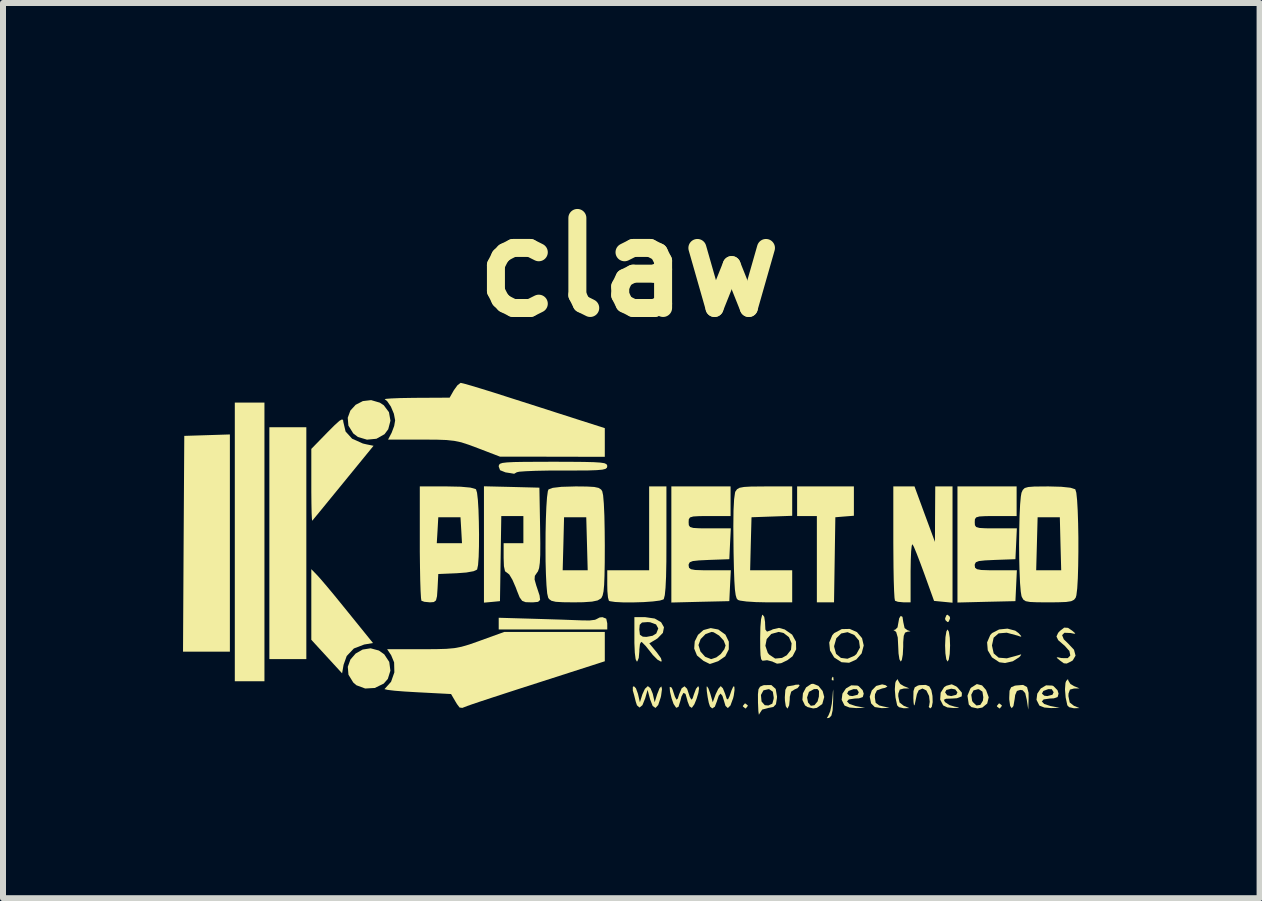
<source format=kicad_pcb>
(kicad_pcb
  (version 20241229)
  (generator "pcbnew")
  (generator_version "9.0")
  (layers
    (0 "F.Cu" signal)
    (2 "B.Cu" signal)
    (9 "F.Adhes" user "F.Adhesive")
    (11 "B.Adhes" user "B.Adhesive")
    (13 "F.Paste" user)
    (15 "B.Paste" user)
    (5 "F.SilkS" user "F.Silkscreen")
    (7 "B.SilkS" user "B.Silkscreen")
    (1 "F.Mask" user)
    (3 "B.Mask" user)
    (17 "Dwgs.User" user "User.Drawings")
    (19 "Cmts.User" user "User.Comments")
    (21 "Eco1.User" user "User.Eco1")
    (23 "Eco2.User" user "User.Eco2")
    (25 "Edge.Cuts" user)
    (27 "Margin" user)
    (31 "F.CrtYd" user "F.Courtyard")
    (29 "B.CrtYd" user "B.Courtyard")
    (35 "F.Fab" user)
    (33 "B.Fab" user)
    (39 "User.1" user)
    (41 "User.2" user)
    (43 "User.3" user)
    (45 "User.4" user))
  (footprint "claw"
    (layer "F.Cu")
    (at 7.419 6.084)
    (property "Reference" "claw" (at 0.01 -4.68 0) (layer "F.SilkS") (effects (font (size 1.5 1.5) (thickness 0.3))))
    (attr board_only exclude_from_pos_files exclude_from_bom)
    (fp_poly (pts (xy 3.418 2.151) (xy 3.423 2.2) (xy 3.418 2.206) (xy 3.394 2.2) (xy 3.391 2.178) (xy 3.406 2.144)) (stroke (width 0) (type solid)) (fill yes) (layer "F.SilkS"))
    (fp_poly (pts (xy -6.638 -0.084) (xy -6.638 1.726) (xy -7.029 1.726) (xy -7.419 1.726) (xy -7.409 -0.072) (xy -7.398 -1.87) (xy -7.018 -1.882) (xy -6.638 -1.894)) (stroke (width 0) (type solid)) (fill yes) (layer "F.SilkS"))
    (fp_poly (pts (xy -6.062 -0.103) (xy -6.062 2.219) (xy -6.309 2.219) (xy -6.556 2.219) (xy -6.556 -0.103) (xy -6.556 -2.425) (xy -6.309 -2.425) (xy -6.062 -2.425)) (stroke (width 0) (type solid)) (fill yes) (layer "F.SilkS"))
    (fp_poly (pts (xy -5.364 -0.082) (xy -5.364 1.85) (xy -5.672 1.85) (xy -5.98 1.85) (xy -5.98 -0.082) (xy -5.98 -2.014) (xy -5.672 -2.014) (xy -5.364 -2.014)) (stroke (width 0) (type solid)) (fill yes) (layer "F.SilkS"))
    (fp_poly (pts (xy 1.992 2.621) (xy 1.993 2.63) (xy 1.962 2.67) (xy 1.952 2.672) (xy 1.912 2.64) (xy 1.911 2.63) (xy 1.942 2.591) (xy 1.952 2.589)) (stroke (width 0) (type solid)) (fill yes) (layer "F.SilkS"))
    (fp_poly (pts (xy 5.359 1.143) (xy 5.364 1.171) (xy 5.341 1.226) (xy 5.322 1.233) (xy 5.286 1.2) (xy 5.281 1.171) (xy 5.304 1.117) (xy 5.322 1.11)) (stroke (width 0) (type solid)) (fill yes) (layer "F.SilkS"))
    (fp_poly (pts (xy 6.226 2.621) (xy 6.227 2.63) (xy 6.195 2.67) (xy 6.186 2.672) (xy 6.146 2.64) (xy 6.144 2.63) (xy 6.176 2.591) (xy 6.186 2.589)) (stroke (width 0) (type solid)) (fill yes) (layer "F.SilkS"))
    (fp_poly (pts (xy 5.344 1.394) (xy 5.359 1.494) (xy 5.364 1.623) (xy 5.358 1.763) (xy 5.342 1.859) (xy 5.322 1.891) (xy 5.301 1.853) (xy 5.286 1.753) (xy 5.281 1.623) (xy 5.287 1.484) (xy 5.303 1.388) (xy 5.322 1.356)) (stroke (width 0) (type solid)) (fill yes) (layer "F.SilkS"))
    (fp_poly (pts (xy 3.417 2.393) (xy 3.416 2.511) (xy 3.415 2.545) (xy 3.407 2.702) (xy 3.386 2.792) (xy 3.35 2.829) (xy 3.31 2.834) (xy 3.334 2.793) (xy 3.337 2.79) (xy 3.367 2.717) (xy 3.393 2.595) (xy 3.402 2.506) (xy 3.411 2.393) (xy 3.416 2.355)) (stroke (width 0) (type solid)) (fill yes) (layer "F.SilkS"))
    (fp_poly (pts (xy -5.182 0.453) (xy -5.122 0.52) (xy -5.022 0.637) (xy -4.894 0.791) (xy -4.75 0.968) (xy -4.668 1.069) (xy -4.253 1.582) (xy -4.4 1.607) (xy -4.572 1.673) (xy -4.691 1.798) (xy -4.743 1.944) (xy -4.768 2.087) (xy -5.025 1.807) (xy -5.281 1.528) (xy -5.281 0.94) (xy -5.281 0.351)) (stroke (width 0) (type solid)) (fill yes) (layer "F.SilkS"))
    (fp_poly (pts (xy -4.155 1.707) (xy -4.066 1.77) (xy -3.982 1.897) (xy -3.963 2.043) (xy -4.006 2.18) (xy -4.074 2.258) (xy -4.223 2.331) (xy -4.383 2.34) (xy -4.529 2.286) (xy -4.582 2.24) (xy -4.662 2.11) (xy -4.673 1.978) (xy -4.629 1.857) (xy -4.542 1.757) (xy -4.426 1.691) (xy -4.293 1.67)) (stroke (width 0) (type solid)) (fill yes) (layer "F.SilkS"))
    (fp_poly (pts (xy -4.14 -2.424) (xy -4.074 -2.381) (xy -3.987 -2.265) (xy -3.962 -2.123) (xy -3.999 -1.981) (xy -4.061 -1.898) (xy -4.196 -1.822) (xy -4.353 -1.807) (xy -4.503 -1.851) (xy -4.582 -1.911) (xy -4.663 -2.042) (xy -4.674 -2.172) (xy -4.63 -2.292) (xy -4.542 -2.388) (xy -4.422 -2.45) (xy -4.284 -2.466)) (stroke (width 0) (type solid)) (fill yes) (layer "F.SilkS"))
    (fp_poly (pts (xy 3.761 -0.783) (xy 3.761 -0.539) (xy 3.607 -0.527) (xy 3.452 -0.514) (xy 3.441 0.195) (xy 3.43 0.904) (xy 3.287 0.904) (xy 3.144 0.904) (xy 3.144 0.185) (xy 3.144 -0.534) (xy 2.98 -0.534) (xy 2.815 -0.534) (xy 2.815 -0.781) (xy 2.815 -1.028) (xy 3.288 -1.028) (xy 3.761 -1.028)) (stroke (width 0) (type solid)) (fill yes) (layer "F.SilkS"))
    (fp_poly (pts (xy -0.366 1.176) (xy -0.349 1.254) (xy -0.349 1.356) (xy -1.254 1.356) (xy -2.158 1.356) (xy -2.158 1.259) (xy -2.158 1.161) (xy -1.572 1.178) (xy -1.339 1.185) (xy -1.115 1.192) (xy -0.924 1.199) (xy -0.787 1.204) (xy -0.768 1.205) (xy -0.642 1.206) (xy -0.554 1.195) (xy -0.529 1.184) (xy -0.476 1.156) (xy -0.429 1.151)) (stroke (width 0) (type solid)) (fill yes) (layer "F.SilkS"))
    (fp_poly (pts (xy 2.856 2.292) (xy 2.822 2.334) (xy 2.774 2.355) (xy 2.716 2.392) (xy 2.693 2.477) (xy 2.692 2.524) (xy 2.682 2.62) (xy 2.657 2.67) (xy 2.651 2.672) (xy 2.626 2.635) (xy 2.612 2.542) (xy 2.61 2.487) (xy 2.619 2.362) (xy 2.648 2.307) (xy 2.668 2.302) (xy 2.759 2.287) (xy 2.791 2.277) (xy 2.846 2.275)) (stroke (width 0) (type solid)) (fill yes) (layer "F.SilkS"))
    (fp_poly (pts (xy 4.288 2.284) (xy 4.32 2.308) (xy 4.28 2.329) (xy 4.233 2.339) (xy 4.145 2.371) (xy 4.113 2.435) (xy 4.11 2.487) (xy 4.124 2.578) (xy 4.183 2.622) (xy 4.233 2.635) (xy 4.357 2.662) (xy 4.225 2.667) (xy 4.109 2.649) (xy 4.048 2.588) (xy 4.025 2.477) (xy 4.059 2.373) (xy 4.133 2.297) (xy 4.232 2.271)) (stroke (width 0) (type solid)) (fill yes) (layer "F.SilkS"))
    (fp_poly (pts (xy 4.5 2.21) (xy 4.534 2.265) (xy 4.593 2.3) (xy 4.685 2.338) (xy 4.593 2.34) (xy 4.526 2.358) (xy 4.502 2.423) (xy 4.5 2.467) (xy 4.522 2.573) (xy 4.593 2.629) (xy 4.685 2.666) (xy 4.592 2.669) (xy 4.512 2.651) (xy 4.482 2.62) (xy 4.454 2.489) (xy 4.443 2.354) (xy 4.451 2.248) (xy 4.462 2.216) (xy 4.493 2.183)) (stroke (width 0) (type solid)) (fill yes) (layer "F.SilkS"))
    (fp_poly (pts (xy 7.336 2.21) (xy 7.37 2.265) (xy 7.429 2.3) (xy 7.521 2.338) (xy 7.429 2.34) (xy 7.362 2.358) (xy 7.338 2.423) (xy 7.336 2.467) (xy 7.358 2.573) (xy 7.429 2.629) (xy 7.521 2.666) (xy 7.428 2.669) (xy 7.348 2.651) (xy 7.318 2.62) (xy 7.29 2.489) (xy 7.279 2.354) (xy 7.287 2.248) (xy 7.298 2.216) (xy 7.329 2.183)) (stroke (width 0) (type solid)) (fill yes) (layer "F.SilkS"))
    (fp_poly (pts (xy 6.647 2.316) (xy 6.672 2.411) (xy 6.673 2.501) (xy 6.667 2.692) (xy 6.642 2.528) (xy 6.616 2.417) (xy 6.574 2.37) (xy 6.535 2.363) (xy 6.478 2.381) (xy 6.449 2.448) (xy 6.44 2.517) (xy 6.42 2.631) (xy 6.391 2.668) (xy 6.365 2.63) (xy 6.35 2.521) (xy 6.35 2.491) (xy 6.355 2.377) (xy 6.381 2.32) (xy 6.44 2.294) (xy 6.46 2.29) (xy 6.581 2.28)) (stroke (width 0) (type solid)) (fill yes) (layer "F.SilkS"))
    (fp_poly (pts (xy -4.75 -2.128) (xy -4.748 -2.104) (xy -4.71 -1.943) (xy -4.601 -1.823) (xy -4.422 -1.743) (xy -4.362 -1.729) (xy -4.244 -1.705) (xy -4.747 -1.089) (xy -4.904 -0.897) (xy -5.042 -0.728) (xy -5.154 -0.591) (xy -5.231 -0.498) (xy -5.265 -0.456) (xy -5.266 -0.456) (xy -5.271 -0.488) (xy -5.276 -0.589) (xy -5.279 -0.744) (xy -5.281 -0.941) (xy -5.281 -1.046) (xy -5.281 -1.653) (xy -5.015 -1.926) (xy -4.89 -2.051) (xy -4.811 -2.122) (xy -4.767 -2.146)) (stroke (width 0) (type solid)) (fill yes) (layer "F.SilkS"))
    (fp_poly (pts (xy 5.018 2.305) (xy 5.052 2.367) (xy 5.071 2.465) (xy 5.074 2.568) (xy 5.059 2.647) (xy 5.032 2.672) (xy 5.008 2.646) (xy 5.015 2.629) (xy 5.025 2.562) (xy 5.014 2.465) (xy 4.969 2.373) (xy 4.904 2.34) (xy 4.842 2.368) (xy 4.811 2.435) (xy 4.787 2.55) (xy 4.774 2.61) (xy 4.763 2.623) (xy 4.755 2.566) (xy 4.752 2.501) (xy 4.754 2.383) (xy 4.775 2.321) (xy 4.827 2.291) (xy 4.854 2.284) (xy 4.959 2.28)) (stroke (width 0) (type solid)) (fill yes) (layer "F.SilkS"))
    (fp_poly (pts (xy 0.637 -0.111) (xy 0.636 0.221) (xy 0.631 0.477) (xy 0.622 0.662) (xy 0.61 0.783) (xy 0.594 0.846) (xy 0.588 0.855) (xy 0.529 0.874) (xy 0.411 0.889) (xy 0.256 0.9) (xy 0.084 0.905) (xy -0.081 0.905) (xy -0.218 0.898) (xy -0.305 0.885) (xy -0.322 0.877) (xy -0.337 0.824) (xy -0.347 0.715) (xy -0.349 0.61) (xy -0.349 0.37) (xy 0 0.37) (xy 0.349 0.37) (xy 0.349 -0.329) (xy 0.349 -1.028) (xy 0.493 -1.028) (xy 0.637 -1.028)) (stroke (width 0) (type solid)) (fill yes) (layer "F.SilkS"))
    (fp_poly (pts (xy 3.17 2.296) (xy 3.24 2.382) (xy 3.267 2.481) (xy 3.234 2.599) (xy 3.143 2.663) (xy 3.083 2.672) (xy 2.988 2.649) (xy 2.947 2.622) (xy 2.903 2.53) (xy 2.906 2.49) (xy 2.981 2.49) (xy 2.997 2.574) (xy 3.044 2.628) (xy 3.104 2.618) (xy 3.156 2.555) (xy 3.178 2.473) (xy 3.18 2.381) (xy 3.153 2.348) (xy 3.096 2.35) (xy 3.012 2.396) (xy 2.981 2.49) (xy 2.906 2.49) (xy 2.912 2.42) (xy 2.964 2.322) (xy 3.048 2.265) (xy 3.083 2.261)) (stroke (width 0) (type solid)) (fill yes) (layer "F.SilkS"))
    (fp_poly (pts (xy 5.897 2.288) (xy 5.964 2.365) (xy 6.008 2.486) (xy 5.983 2.59) (xy 5.902 2.657) (xy 5.821 2.672) (xy 5.72 2.65) (xy 5.676 2.607) (xy 5.654 2.461) (xy 5.66 2.444) (xy 5.717 2.444) (xy 5.731 2.542) (xy 5.742 2.565) (xy 5.804 2.623) (xy 5.868 2.613) (xy 5.911 2.543) (xy 5.918 2.486) (xy 5.903 2.392) (xy 5.847 2.354) (xy 5.831 2.351) (xy 5.754 2.372) (xy 5.717 2.444) (xy 5.66 2.444) (xy 5.702 2.341) (xy 5.716 2.325) (xy 5.81 2.266)) (stroke (width 0) (type solid)) (fill yes) (layer "F.SilkS"))
    (fp_poly (pts (xy 6.45 1.376) (xy 6.505 1.416) (xy 6.552 1.469) (xy 6.539 1.476) (xy 6.494 1.46) (xy 6.308 1.41) (xy 6.173 1.421) (xy 6.09 1.493) (xy 6.062 1.623) (xy 6.091 1.755) (xy 6.174 1.826) (xy 6.31 1.837) (xy 6.494 1.787) (xy 6.55 1.77) (xy 6.537 1.796) (xy 6.514 1.82) (xy 6.41 1.886) (xy 6.28 1.915) (xy 6.186 1.903) (xy 6.062 1.821) (xy 5.992 1.703) (xy 5.981 1.571) (xy 6.034 1.448) (xy 6.064 1.416) (xy 6.181 1.356) (xy 6.321 1.342)) (stroke (width 0) (type solid)) (fill yes) (layer "F.SilkS"))
    (fp_poly (pts (xy 4.571 1.146) (xy 4.583 1.225) (xy 4.583 1.228) (xy 4.606 1.333) (xy 4.655 1.369) (xy 4.705 1.385) (xy 4.676 1.391) (xy 4.655 1.393) (xy 4.614 1.409) (xy 4.592 1.462) (xy 4.583 1.57) (xy 4.583 1.644) (xy 4.576 1.775) (xy 4.56 1.864) (xy 4.542 1.891) (xy 4.52 1.853) (xy 4.505 1.756) (xy 4.5 1.647) (xy 4.492 1.489) (xy 4.466 1.399) (xy 4.449 1.384) (xy 4.419 1.365) (xy 4.449 1.36) (xy 4.488 1.322) (xy 4.5 1.256) (xy 4.516 1.169) (xy 4.542 1.13)) (stroke (width 0) (type solid)) (fill yes) (layer "F.SilkS"))
    (fp_poly (pts (xy 3.812 1.4) (xy 3.897 1.501) (xy 3.925 1.623) (xy 3.89 1.755) (xy 3.801 1.857) (xy 3.681 1.911) (xy 3.555 1.902) (xy 3.433 1.823) (xy 3.363 1.706) (xy 3.357 1.645) (xy 3.432 1.645) (xy 3.464 1.762) (xy 3.545 1.83) (xy 3.654 1.844) (xy 3.769 1.795) (xy 3.804 1.765) (xy 3.862 1.658) (xy 3.846 1.542) (xy 3.769 1.449) (xy 3.656 1.401) (xy 3.549 1.423) (xy 3.468 1.503) (xy 3.432 1.631) (xy 3.432 1.645) (xy 3.357 1.645) (xy 3.35 1.574) (xy 3.401 1.452) (xy 3.432 1.417) (xy 3.558 1.35) (xy 3.692 1.347)) (stroke (width 0) (type solid)) (fill yes) (layer "F.SilkS"))
    (fp_poly (pts (xy 7.329 1.329) (xy 7.4 1.377) (xy 7.451 1.421) (xy 7.435 1.428) (xy 7.372 1.415) (xy 7.27 1.411) (xy 7.231 1.45) (xy 7.259 1.52) (xy 7.331 1.59) (xy 7.429 1.694) (xy 7.455 1.792) (xy 7.409 1.871) (xy 7.38 1.889) (xy 7.308 1.924) (xy 7.26 1.92) (xy 7.192 1.871) (xy 7.19 1.869) (xy 7.14 1.827) (xy 7.156 1.819) (xy 7.223 1.833) (xy 7.325 1.834) (xy 7.368 1.79) (xy 7.352 1.715) (xy 7.272 1.625) (xy 7.26 1.616) (xy 7.166 1.534) (xy 7.137 1.473) (xy 7.165 1.412) (xy 7.195 1.38) (xy 7.266 1.325)) (stroke (width 0) (type solid)) (fill yes) (layer "F.SilkS"))
    (fp_poly (pts (xy 3.819 2.291) (xy 3.84 2.3) (xy 3.907 2.368) (xy 3.925 2.426) (xy 3.909 2.482) (xy 3.846 2.504) (xy 3.778 2.507) (xy 3.676 2.522) (xy 3.646 2.556) (xy 3.687 2.598) (xy 3.793 2.633) (xy 3.805 2.635) (xy 3.946 2.661) (xy 3.8 2.666) (xy 3.688 2.657) (xy 3.609 2.626) (xy 3.604 2.622) (xy 3.557 2.528) (xy 3.57 2.427) (xy 3.571 2.425) (xy 3.648 2.425) (xy 3.687 2.46) (xy 3.737 2.466) (xy 3.823 2.444) (xy 3.843 2.402) (xy 3.812 2.352) (xy 3.754 2.35) (xy 3.671 2.381) (xy 3.648 2.425) (xy 3.571 2.425) (xy 3.629 2.339) (xy 3.717 2.287)) (stroke (width 0) (type solid)) (fill yes) (layer "F.SilkS"))
    (fp_poly (pts (xy 7.066 2.291) (xy 7.087 2.3) (xy 7.154 2.368) (xy 7.172 2.426) (xy 7.156 2.482) (xy 7.093 2.504) (xy 7.025 2.507) (xy 6.923 2.522) (xy 6.893 2.556) (xy 6.933 2.598) (xy 7.04 2.633) (xy 7.052 2.635) (xy 7.193 2.661) (xy 7.047 2.666) (xy 6.935 2.657) (xy 6.856 2.626) (xy 6.851 2.622) (xy 6.804 2.528) (xy 6.817 2.427) (xy 6.818 2.425) (xy 6.895 2.425) (xy 6.934 2.46) (xy 6.984 2.466) (xy 7.07 2.444) (xy 7.09 2.402) (xy 7.059 2.352) (xy 7.001 2.35) (xy 6.918 2.381) (xy 6.895 2.425) (xy 6.818 2.425) (xy 6.876 2.339) (xy 6.964 2.287)) (stroke (width 0) (type solid)) (fill yes) (layer "F.SilkS"))
    (fp_poly (pts (xy 0.372 2.337) (xy 0.408 2.424) (xy 0.411 2.435) (xy 0.441 2.569) (xy 0.483 2.435) (xy 0.524 2.332) (xy 0.553 2.305) (xy 0.563 2.35) (xy 0.548 2.46) (xy 0.542 2.487) (xy 0.5 2.615) (xy 0.455 2.664) (xy 0.408 2.632) (xy 0.364 2.518) (xy 0.364 2.517) (xy 0.323 2.363) (xy 0.283 2.504) (xy 0.237 2.618) (xy 0.189 2.657) (xy 0.146 2.62) (xy 0.126 2.56) (xy 0.098 2.448) (xy 0.077 2.374) (xy 0.077 2.314) (xy 0.095 2.302) (xy 0.129 2.337) (xy 0.161 2.424) (xy 0.164 2.435) (xy 0.195 2.569) (xy 0.237 2.435) (xy 0.279 2.345) (xy 0.325 2.302) (xy 0.33 2.302)) (stroke (width 0) (type solid)) (fill yes) (layer "F.SilkS"))
    (fp_poly (pts (xy 2.458 2.347) (xy 2.48 2.474) (xy 2.478 2.504) (xy 2.462 2.603) (xy 2.418 2.648) (xy 2.335 2.664) (xy 2.233 2.691) (xy 2.189 2.757) (xy 2.186 2.766) (xy 2.177 2.775) (xy 2.169 2.715) (xy 2.164 2.598) (xy 2.163 2.584) (xy 2.162 2.448) (xy 2.212 2.448) (xy 2.222 2.556) (xy 2.276 2.618) (xy 2.336 2.623) (xy 2.402 2.592) (xy 2.424 2.512) (xy 2.425 2.487) (xy 2.41 2.393) (xy 2.354 2.354) (xy 2.338 2.351) (xy 2.254 2.371) (xy 2.212 2.448) (xy 2.162 2.448) (xy 2.162 2.437) (xy 2.171 2.353) (xy 2.197 2.31) (xy 2.247 2.288) (xy 2.264 2.284) (xy 2.385 2.282)) (stroke (width 0) (type solid)) (fill yes) (layer "F.SilkS"))
    (fp_poly (pts (xy 4.941 -0.565) (xy 5.112 -0.103) (xy 5.114 -0.565) (xy 5.117 -1.028) (xy 5.261 -1.028) (xy 5.405 -1.028) (xy 5.405 -0.059) (xy 5.405 0.91) (xy 5.251 0.895) (xy 5.097 0.88) (xy 4.932 0.422) (xy 4.865 0.241) (xy 4.806 0.088) (xy 4.761 -0.02) (xy 4.737 -0.065) (xy 4.725 -0.039) (xy 4.715 0.055) (xy 4.709 0.202) (xy 4.706 0.388) (xy 4.706 0.404) (xy 4.706 0.904) (xy 4.59 0.904) (xy 4.495 0.895) (xy 4.446 0.877) (xy 4.438 0.83) (xy 4.431 0.712) (xy 4.425 0.536) (xy 4.421 0.314) (xy 4.419 0.058) (xy 4.418 -0.089) (xy 4.418 -1.028) (xy 4.595 -1.028) (xy 4.771 -1.028)) (stroke (width 0) (type solid)) (fill yes) (layer "F.SilkS"))
    (fp_poly (pts (xy 5.467 2.305) (xy 5.487 2.322) (xy 5.561 2.41) (xy 5.558 2.471) (xy 5.478 2.502) (xy 5.4 2.507) (xy 5.296 2.511) (xy 5.26 2.529) (xy 5.279 2.566) (xy 5.279 2.566) (xy 5.356 2.617) (xy 5.439 2.642) (xy 5.509 2.654) (xy 5.502 2.661) (xy 5.423 2.665) (xy 5.318 2.655) (xy 5.249 2.622) (xy 5.199 2.524) (xy 5.207 2.41) (xy 5.211 2.404) (xy 5.281 2.404) (xy 5.317 2.454) (xy 5.384 2.466) (xy 5.467 2.445) (xy 5.487 2.404) (xy 5.451 2.355) (xy 5.384 2.343) (xy 5.302 2.364) (xy 5.281 2.404) (xy 5.211 2.404) (xy 5.265 2.318) (xy 5.302 2.294) (xy 5.392 2.27)) (stroke (width 0) (type solid)) (fill yes) (layer "F.SilkS"))
    (fp_poly (pts (xy -0.958 -1.438) (xy -0.735 -1.436) (xy -0.574 -1.432) (xy -0.465 -1.425) (xy -0.398 -1.415) (xy -0.363 -1.399) (xy -0.351 -1.379) (xy -0.349 -1.365) (xy -0.355 -1.339) (xy -0.379 -1.32) (xy -0.432 -1.307) (xy -0.526 -1.299) (xy -0.671 -1.294) (xy -0.878 -1.293) (xy -1.093 -1.293) (xy -1.332 -1.292) (xy -1.541 -1.288) (xy -1.707 -1.281) (xy -1.816 -1.273) (xy -1.856 -1.264) (xy -1.9 -1.239) (xy -1.903 -1.239) (xy -1.961 -1.249) (xy -2.045 -1.262) (xy -2.135 -1.298) (xy -2.158 -1.359) (xy -2.154 -1.385) (xy -2.137 -1.405) (xy -2.096 -1.419) (xy -2.02 -1.428) (xy -1.901 -1.434) (xy -1.727 -1.437) (xy -1.489 -1.438) (xy -1.254 -1.439)) (stroke (width 0) (type solid)) (fill yes) (layer "F.SilkS"))
    (fp_poly (pts (xy 2.733 -0.783) (xy 2.733 -0.538) (xy 2.394 -0.526) (xy 2.055 -0.514) (xy 2.043 -0.072) (xy 2.032 0.37) (xy 2.382 0.37) (xy 2.733 0.37) (xy 2.733 0.637) (xy 2.733 0.904) (xy 2.312 0.904) (xy 2.129 0.9) (xy 1.972 0.89) (xy 1.864 0.875) (xy 1.829 0.864) (xy 1.807 0.838) (xy 1.791 0.783) (xy 1.778 0.688) (xy 1.769 0.545) (xy 1.762 0.343) (xy 1.756 0.071) (xy 1.755 -0.017) (xy 1.752 -0.36) (xy 1.755 -0.626) (xy 1.765 -0.814) (xy 1.78 -0.923) (xy 1.787 -0.944) (xy 1.814 -0.981) (xy 1.856 -1.005) (xy 1.931 -1.019) (xy 2.053 -1.026) (xy 2.239 -1.027) (xy 2.283 -1.028) (xy 2.733 -1.028)) (stroke (width 0) (type solid)) (fill yes) (layer "F.SilkS"))
    (fp_poly (pts (xy -0.39 1.642) (xy -0.39 1.886) (xy -1.49 2.24) (xy -1.78 2.333) (xy -2.048 2.42) (xy -2.284 2.497) (xy -2.475 2.56) (xy -2.611 2.606) (xy -2.681 2.631) (xy -2.684 2.632) (xy -2.764 2.663) (xy -2.81 2.657) (xy -2.853 2.6) (xy -2.882 2.552) (xy -2.952 2.432) (xy -3.525 2.402) (xy -3.727 2.39) (xy -3.893 2.377) (xy -4.008 2.363) (xy -4.06 2.351) (xy -4.06 2.348) (xy -3.952 2.228) (xy -3.897 2.071) (xy -3.901 1.905) (xy -3.95 1.786) (xy -4.017 1.685) (xy -3.439 1.685) (xy -3.205 1.684) (xy -3.032 1.679) (xy -2.897 1.667) (xy -2.777 1.644) (xy -2.65 1.607) (xy -2.496 1.553) (xy -2.463 1.541) (xy -2.066 1.397) (xy -1.228 1.397) (xy -0.39 1.397)) (stroke (width 0) (type solid)) (fill yes) (layer "F.SilkS"))
    (fp_poly (pts (xy 1.181 2.334) (xy 1.169 2.414) (xy 1.139 2.513) (xy 1.102 2.604) (xy 1.064 2.657) (xy 1.057 2.662) (xy 1.021 2.636) (xy 0.989 2.554) (xy 0.984 2.531) (xy 0.955 2.43) (xy 0.921 2.412) (xy 0.888 2.473) (xy 0.869 2.547) (xy 0.838 2.645) (xy 0.8 2.662) (xy 0.756 2.597) (xy 0.723 2.503) (xy 0.697 2.395) (xy 0.691 2.324) (xy 0.695 2.312) (xy 0.724 2.325) (xy 0.739 2.357) (xy 0.779 2.478) (xy 0.805 2.526) (xy 0.826 2.508) (xy 0.849 2.435) (xy 0.891 2.336) (xy 0.939 2.303) (xy 0.98 2.343) (xy 0.988 2.363) (xy 1.027 2.481) (xy 1.053 2.526) (xy 1.074 2.504) (xy 1.096 2.435) (xy 1.13 2.345) (xy 1.165 2.302) (xy 1.168 2.302)) (stroke (width 0) (type solid)) (fill yes) (layer "F.SilkS"))
    (fp_poly (pts (xy 1.502 1.357) (xy 1.62 1.442) (xy 1.677 1.56) (xy 1.676 1.688) (xy 1.617 1.804) (xy 1.499 1.885) (xy 1.49 1.888) (xy 1.403 1.918) (xy 1.361 1.931) (xy 1.36 1.931) (xy 1.325 1.914) (xy 1.254 1.879) (xy 1.146 1.789) (xy 1.1 1.675) (xy 1.104 1.616) (xy 1.171 1.616) (xy 1.171 1.616) (xy 1.204 1.723) (xy 1.282 1.811) (xy 1.378 1.849) (xy 1.383 1.85) (xy 1.468 1.822) (xy 1.541 1.767) (xy 1.602 1.686) (xy 1.623 1.623) (xy 1.591 1.54) (xy 1.514 1.457) (xy 1.424 1.403) (xy 1.39 1.397) (xy 1.29 1.432) (xy 1.207 1.516) (xy 1.171 1.616) (xy 1.104 1.616) (xy 1.109 1.555) (xy 1.163 1.446) (xy 1.254 1.366) (xy 1.375 1.333)) (stroke (width 0) (type solid)) (fill yes) (layer "F.SilkS"))
    (fp_poly (pts (xy 1.706 -0.781) (xy 1.706 -0.534) (xy 1.356 -0.534) (xy 1.187 -0.533) (xy 1.084 -0.527) (xy 1.03 -0.511) (xy 1.01 -0.481) (xy 1.007 -0.432) (xy 1.01 -0.382) (xy 1.031 -0.352) (xy 1.084 -0.336) (xy 1.188 -0.33) (xy 1.357 -0.329) (xy 1.358 -0.329) (xy 1.71 -0.329) (xy 1.697 -0.072) (xy 1.685 0.185) (xy 1.346 0.197) (xy 1.179 0.205) (xy 1.077 0.216) (xy 1.026 0.236) (xy 1.008 0.269) (xy 1.007 0.289) (xy 1.014 0.328) (xy 1.045 0.352) (xy 1.117 0.365) (xy 1.245 0.369) (xy 1.358 0.37) (xy 1.71 0.37) (xy 1.697 0.627) (xy 1.685 0.884) (xy 1.202 0.895) (xy 0.719 0.907) (xy 0.719 -0.06) (xy 0.719 -1.028) (xy 1.212 -1.028) (xy 1.706 -1.028)) (stroke (width 0) (type solid)) (fill yes) (layer "F.SilkS"))
    (fp_poly (pts (xy 6.473 -0.781) (xy 6.473 -0.534) (xy 6.124 -0.534) (xy 5.955 -0.533) (xy 5.852 -0.527) (xy 5.798 -0.511) (xy 5.778 -0.481) (xy 5.775 -0.432) (xy 5.778 -0.382) (xy 5.798 -0.352) (xy 5.852 -0.336) (xy 5.955 -0.33) (xy 6.125 -0.329) (xy 6.126 -0.329) (xy 6.477 -0.329) (xy 6.465 -0.072) (xy 6.453 0.185) (xy 6.114 0.197) (xy 5.946 0.205) (xy 5.845 0.216) (xy 5.794 0.236) (xy 5.776 0.269) (xy 5.775 0.289) (xy 5.781 0.328) (xy 5.813 0.352) (xy 5.884 0.365) (xy 6.012 0.369) (xy 6.126 0.37) (xy 6.477 0.37) (xy 6.465 0.627) (xy 6.453 0.884) (xy 5.97 0.895) (xy 5.487 0.907) (xy 5.487 -0.06) (xy 5.487 -1.028) (xy 5.98 -1.028) (xy 6.473 -1.028)) (stroke (width 0) (type solid)) (fill yes) (layer "F.SilkS"))
    (fp_poly (pts (xy 1.578 2.337) (xy 1.613 2.423) (xy 1.617 2.435) (xy 1.641 2.51) (xy 1.662 2.523) (xy 1.689 2.468) (xy 1.723 2.368) (xy 1.752 2.305) (xy 1.769 2.309) (xy 1.772 2.365) (xy 1.759 2.458) (xy 1.748 2.503) (xy 1.704 2.623) (xy 1.66 2.666) (xy 1.621 2.629) (xy 1.597 2.548) (xy 1.57 2.462) (xy 1.54 2.425) (xy 1.539 2.425) (xy 1.509 2.46) (xy 1.48 2.546) (xy 1.48 2.548) (xy 1.444 2.643) (xy 1.4 2.672) (xy 1.364 2.641) (xy 1.343 2.579) (xy 1.324 2.483) (xy 1.31 2.385) (xy 1.307 2.316) (xy 1.312 2.302) (xy 1.336 2.337) (xy 1.367 2.422) (xy 1.371 2.435) (xy 1.409 2.569) (xy 1.458 2.435) (xy 1.501 2.346) (xy 1.54 2.302) (xy 1.544 2.302)) (stroke (width 0) (type solid)) (fill yes) (layer "F.SilkS"))
    (fp_poly (pts (xy -2.737 -2.741) (xy -2.62 -2.708) (xy -2.451 -2.657) (xy -2.244 -2.593) (xy -2.029 -2.524) (xy -1.757 -2.437) (xy -1.472 -2.346) (xy -1.199 -2.258) (xy -0.964 -2.183) (xy -0.853 -2.147) (xy -0.39 -1.999) (xy -0.39 -1.76) (xy -0.39 -1.521) (xy -1.264 -1.523) (xy -2.137 -1.524) (xy -2.507 -1.666) (xy -2.66 -1.723) (xy -2.783 -1.763) (xy -2.898 -1.787) (xy -3.028 -1.801) (xy -3.193 -1.807) (xy -3.416 -1.808) (xy -3.44 -1.808) (xy -4.002 -1.808) (xy -3.943 -1.921) (xy -3.9 -2.035) (xy -3.884 -2.129) (xy -3.905 -2.239) (xy -3.955 -2.358) (xy -4.018 -2.45) (xy -4.058 -2.48) (xy -4.039 -2.487) (xy -3.95 -2.494) (xy -3.806 -2.5) (xy -3.618 -2.503) (xy -3.543 -2.504) (xy -2.976 -2.507) (xy -2.906 -2.63) (xy -2.846 -2.713) (xy -2.794 -2.753) (xy -2.789 -2.753)) (stroke (width 0) (type solid)) (fill yes) (layer "F.SilkS"))
    (fp_poly (pts (xy -1.942 -1.019) (xy -1.48 -1.007) (xy -1.468 -0.333) (xy -1.465 -0.074) (xy -1.466 0.115) (xy -1.473 0.247) (xy -1.485 0.334) (xy -1.504 0.388) (xy -1.52 0.41) (xy -1.556 0.463) (xy -1.56 0.524) (xy -1.532 0.624) (xy -1.521 0.656) (xy -1.477 0.79) (xy -1.468 0.864) (xy -1.502 0.896) (xy -1.586 0.904) (xy -1.621 0.904) (xy -1.71 0.901) (xy -1.767 0.879) (xy -1.809 0.822) (xy -1.854 0.71) (xy -1.873 0.658) (xy -1.929 0.529) (xy -1.982 0.44) (xy -2.019 0.411) (xy -2.053 0.386) (xy -2.071 0.302) (xy -2.076 0.164) (xy -2.076 -0.082) (xy -1.911 -0.082) (xy -1.747 -0.082) (xy -1.747 -0.308) (xy -1.747 -0.534) (xy -1.931 -0.534) (xy -2.115 -0.534) (xy -2.126 0.175) (xy -2.137 0.884) (xy -2.271 0.897) (xy -2.404 0.909) (xy -2.404 -0.06) (xy -2.404 -1.03)) (stroke (width 0) (type solid)) (fill yes) (layer "F.SilkS"))
    (fp_poly (pts (xy 0.442 1.174) (xy 0.548 1.235) (xy 0.596 1.319) (xy 0.578 1.413) (xy 0.488 1.505) (xy 0.474 1.514) (xy 0.352 1.588) (xy 0.477 1.739) (xy 0.546 1.835) (xy 0.559 1.885) (xy 0.545 1.891) (xy 0.489 1.86) (xy 0.411 1.782) (xy 0.368 1.727) (xy 0.292 1.632) (xy 0.234 1.573) (xy 0.216 1.563) (xy 0.196 1.599) (xy 0.186 1.689) (xy 0.185 1.726) (xy 0.176 1.829) (xy 0.153 1.886) (xy 0.144 1.891) (xy 0.124 1.852) (xy 0.11 1.744) (xy 0.103 1.582) (xy 0.103 1.521) (xy 0.103 1.356) (xy 0.185 1.356) (xy 0.195 1.444) (xy 0.243 1.476) (xy 0.303 1.48) (xy 0.406 1.461) (xy 0.468 1.423) (xy 0.501 1.339) (xy 0.464 1.272) (xy 0.366 1.236) (xy 0.324 1.233) (xy 0.23 1.24) (xy 0.192 1.278) (xy 0.185 1.356) (xy 0.103 1.356) (xy 0.103 1.151) (xy 0.285 1.151)) (stroke (width 0) (type solid)) (fill yes) (layer "F.SilkS"))
    (fp_poly (pts (xy -2.792 -1.023) (xy -2.628 -1.008) (xy -2.543 -0.984) (xy -2.536 -0.978) (xy -2.519 -0.922) (xy -2.505 -0.801) (xy -2.495 -0.634) (xy -2.489 -0.437) (xy -2.486 -0.23) (xy -2.487 -0.03) (xy -2.492 0.146) (xy -2.502 0.28) (xy -2.517 0.354) (xy -2.519 0.358) (xy -2.576 0.385) (xy -2.698 0.407) (xy -2.858 0.419) (xy -3.165 0.432) (xy -3.177 0.668) (xy -3.186 0.801) (xy -3.203 0.871) (xy -3.239 0.899) (xy -3.303 0.904) (xy -3.304 0.904) (xy -3.397 0.895) (xy -3.446 0.877) (xy -3.453 0.83) (xy -3.46 0.712) (xy -3.466 0.536) (xy -3.47 0.314) (xy -3.473 0.058) (xy -3.473 -0.082) (xy -3.19 -0.082) (xy -2.98 -0.082) (xy -2.77 -0.082) (xy -2.782 -0.298) (xy -2.795 -0.514) (xy -2.98 -0.514) (xy -3.165 -0.514) (xy -3.177 -0.298) (xy -3.19 -0.082) (xy -3.473 -0.082) (xy -3.473 -0.089) (xy -3.473 -1.028) (xy -3.029 -1.028)) (stroke (width 0) (type solid)) (fill yes) (layer "F.SilkS"))
    (fp_poly (pts (xy 2.267 1.146) (xy 2.281 1.235) (xy 2.281 1.254) (xy 2.286 1.357) (xy 2.313 1.392) (xy 2.378 1.37) (xy 2.411 1.353) (xy 2.512 1.33) (xy 2.608 1.356) (xy 2.732 1.442) (xy 2.796 1.559) (xy 2.799 1.687) (xy 2.739 1.803) (xy 2.652 1.869) (xy 2.548 1.918) (xy 2.48 1.926) (xy 2.416 1.898) (xy 2.404 1.891) (xy 2.314 1.868) (xy 2.271 1.874) (xy 2.237 1.877) (xy 2.216 1.852) (xy 2.205 1.784) (xy 2.2 1.66) (xy 2.2 1.628) (xy 2.286 1.628) (xy 2.326 1.745) (xy 2.349 1.774) (xy 2.449 1.841) (xy 2.563 1.83) (xy 2.642 1.786) (xy 2.713 1.695) (xy 2.723 1.587) (xy 2.679 1.485) (xy 2.59 1.415) (xy 2.504 1.397) (xy 2.384 1.431) (xy 2.308 1.516) (xy 2.286 1.628) (xy 2.2 1.628) (xy 2.199 1.503) (xy 2.203 1.318) (xy 2.214 1.185) (xy 2.232 1.116) (xy 2.24 1.11)) (stroke (width 0) (type solid)) (fill yes) (layer "F.SilkS"))
    (fp_poly (pts (xy -0.689 -1.026) (xy -0.567 -1.019) (xy -0.493 -1.003) (xy -0.452 -0.976) (xy -0.433 -0.948) (xy -0.418 -0.879) (xy -0.406 -0.739) (xy -0.397 -0.538) (xy -0.392 -0.286) (xy -0.39 -0.047) (xy -0.391 0.241) (xy -0.395 0.457) (xy -0.401 0.614) (xy -0.411 0.72) (xy -0.426 0.789) (xy -0.446 0.83) (xy -0.455 0.84) (xy -0.509 0.872) (xy -0.603 0.892) (xy -0.751 0.902) (xy -0.906 0.904) (xy -1.09 0.902) (xy -1.208 0.895) (xy -1.279 0.878) (xy -1.319 0.849) (xy -1.334 0.825) (xy -1.35 0.755) (xy -1.362 0.62) (xy -1.371 0.437) (xy -1.373 0.37) (xy -1.092 0.37) (xy -0.884 0.37) (xy -0.675 0.37) (xy -0.687 -0.072) (xy -0.699 -0.514) (xy -0.884 -0.514) (xy -1.069 -0.514) (xy -1.08 -0.072) (xy -1.092 0.37) (xy -1.373 0.37) (xy -1.377 0.22) (xy -1.378 -0.017) (xy -1.377 -0.256) (xy -1.372 -0.484) (xy -1.364 -0.686) (xy -1.353 -0.846) (xy -1.339 -0.949) (xy -1.328 -0.978) (xy -1.257 -1.004) (xy -1.112 -1.021) (xy -0.899 -1.027) (xy -0.877 -1.028)) (stroke (width 0) (type solid)) (fill yes) (layer "F.SilkS"))
    (fp_poly (pts (xy 7.218 -1.022) (xy 7.37 -1.006) (xy 7.448 -0.981) (xy 7.451 -0.978) (xy 7.468 -0.922) (xy 7.481 -0.798) (xy 7.491 -0.623) (xy 7.498 -0.411) (xy 7.502 -0.177) (xy 7.502 0.063) (xy 7.499 0.294) (xy 7.493 0.502) (xy 7.483 0.671) (xy 7.469 0.786) (xy 7.458 0.825) (xy 7.43 0.861) (xy 7.382 0.885) (xy 7.297 0.898) (xy 7.159 0.903) (xy 7.005 0.904) (xy 6.818 0.903) (xy 6.697 0.898) (xy 6.625 0.885) (xy 6.586 0.86) (xy 6.562 0.819) (xy 6.554 0.799) (xy 6.542 0.725) (xy 6.53 0.584) (xy 6.522 0.391) (xy 6.521 0.37) (xy 6.799 0.37) (xy 7.008 0.37) (xy 7.216 0.37) (xy 7.204 -0.072) (xy 7.193 -0.514) (xy 7.008 -0.514) (xy 6.823 -0.514) (xy 6.811 -0.072) (xy 6.799 0.37) (xy 6.521 0.37) (xy 6.516 0.163) (xy 6.514 -0.062) (xy 6.517 -0.31) (xy 6.522 -0.535) (xy 6.531 -0.723) (xy 6.543 -0.858) (xy 6.554 -0.922) (xy 6.576 -0.97) (xy 6.608 -1.001) (xy 6.667 -1.018) (xy 6.77 -1.026) (xy 6.932 -1.027) (xy 6.998 -1.028)) (stroke (width 0) (type solid)) (fill yes) (layer "F.SilkS")))
  (gr_rect
    (start -3 -3)
    (end 17.941 11.918)
    (stroke (width 0.1) (type default))
    (fill no)
    (layer "Edge.Cuts")))
</source>
